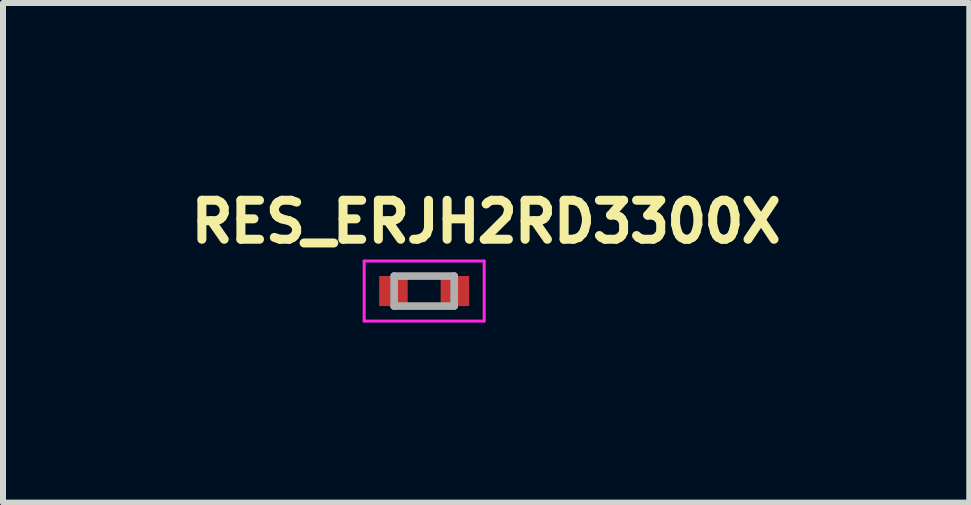
<source format=kicad_pcb>
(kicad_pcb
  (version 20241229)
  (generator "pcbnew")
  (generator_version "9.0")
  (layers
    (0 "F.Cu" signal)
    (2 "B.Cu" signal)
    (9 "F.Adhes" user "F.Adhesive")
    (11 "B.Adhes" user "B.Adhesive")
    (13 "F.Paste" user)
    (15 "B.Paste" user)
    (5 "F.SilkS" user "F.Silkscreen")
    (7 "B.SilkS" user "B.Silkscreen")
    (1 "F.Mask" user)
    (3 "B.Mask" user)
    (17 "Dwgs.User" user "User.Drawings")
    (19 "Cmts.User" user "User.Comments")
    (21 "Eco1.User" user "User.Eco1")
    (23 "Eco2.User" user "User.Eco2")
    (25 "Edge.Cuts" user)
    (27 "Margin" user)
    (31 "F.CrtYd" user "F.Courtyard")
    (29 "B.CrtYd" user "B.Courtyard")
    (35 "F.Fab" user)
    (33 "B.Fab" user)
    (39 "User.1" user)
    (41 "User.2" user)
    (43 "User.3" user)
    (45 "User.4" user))
  (footprint "RES_ERJH2RD3300X"
    (layer "F.Cu")
    (at 4.018 1.8)
    (property "Reference" "RES_ERJH2RD3300X" (at 1.032 -1.156 0) (layer "F.SilkS") (effects (font (size 0.65 0.65) (thickness 0.15))))
    (attr smd)
    (fp_line (start -1 -0.5) (end -1 0.5) (stroke (width 0.05) (type solid)) (layer "F.CrtYd"))
    (fp_line (start -1 0.5) (end 1 0.5) (stroke (width 0.05) (type solid)) (layer "F.CrtYd"))
    (fp_line (start 1 -0.5) (end -1 -0.5) (stroke (width 0.05) (type solid)) (layer "F.CrtYd"))
    (fp_line (start 1 0.5) (end 1 -0.5) (stroke (width 0.05) (type solid)) (layer "F.CrtYd"))
    (fp_line (start -0.5 -0.25) (end -0.5 0.25) (stroke (width 0.127) (type solid)) (layer "F.Fab"))
    (fp_line (start -0.5 -0.25) (end 0.5 -0.25) (stroke (width 0.127) (type solid)) (layer "F.Fab"))
    (fp_line (start -0.5 0.25) (end 0.5 0.25) (stroke (width 0.127) (type solid)) (layer "F.Fab"))
    (fp_line (start 0.5 -0.25) (end 0.5 0.25) (stroke (width 0.127) (type solid)) (layer "F.Fab"))
    (pad "1" smd rect (at -0.512 0) (size 0.475 0.5) (layers "F.Cu" "F.Mask" "F.Paste"))
    (pad "2" smd rect (at 0.512 0) (size 0.475 0.5) (layers "F.Cu" "F.Mask" "F.Paste")))
  (gr_rect
    (start -3 -3)
    (end 13.101 5.325)
    (stroke (width 0.1) (type default))
    (fill no)
    (layer "Edge.Cuts")))
</source>
